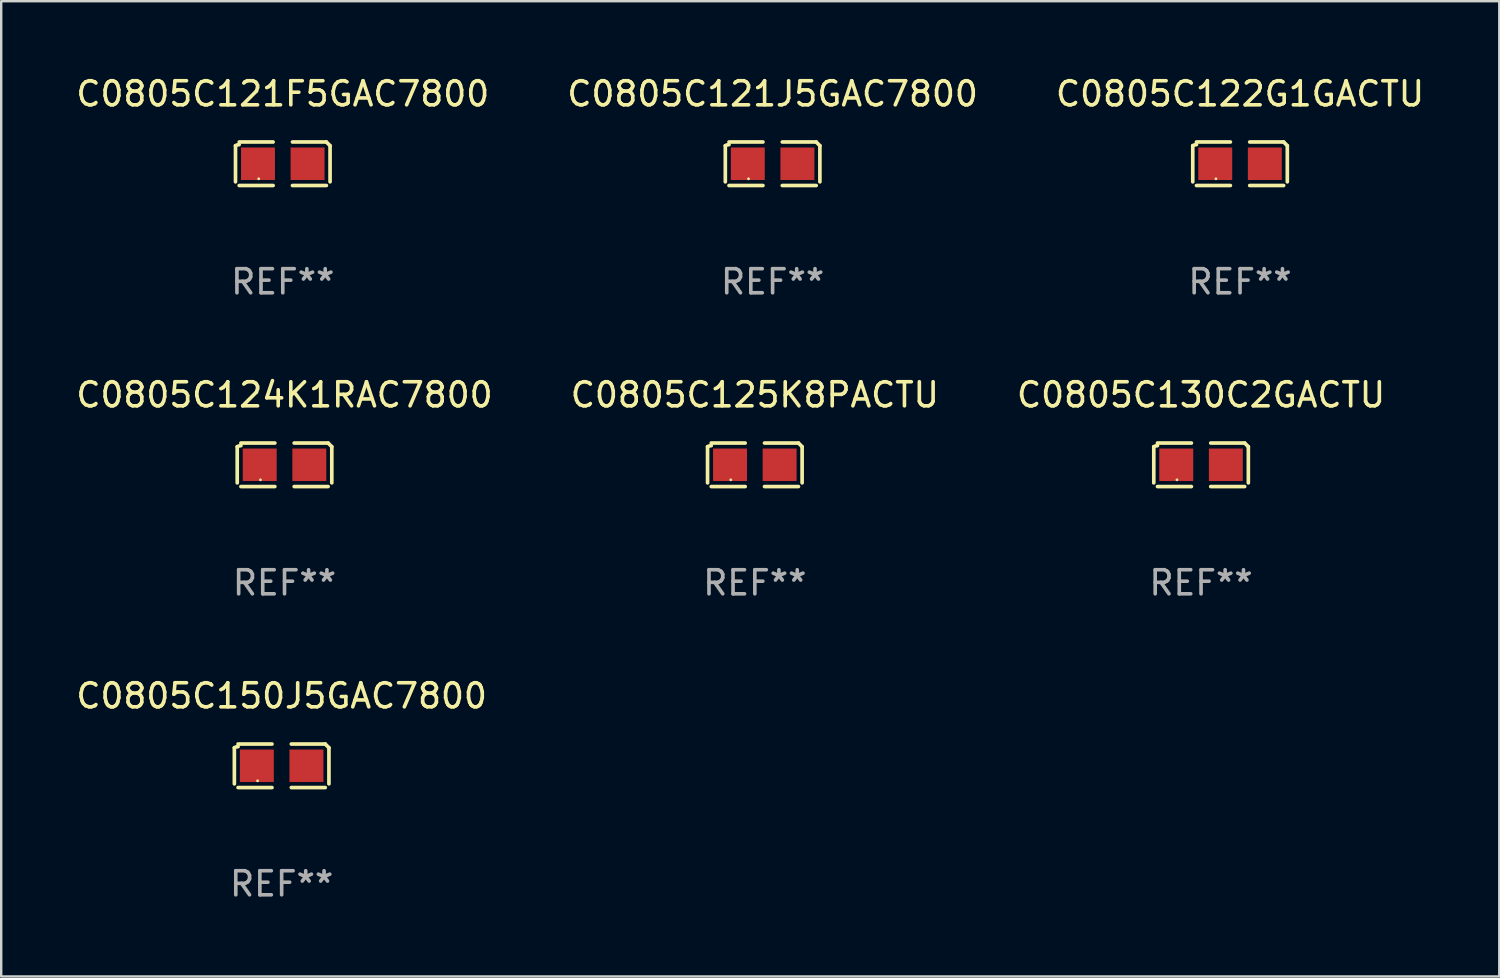
<source format=kicad_pcb>
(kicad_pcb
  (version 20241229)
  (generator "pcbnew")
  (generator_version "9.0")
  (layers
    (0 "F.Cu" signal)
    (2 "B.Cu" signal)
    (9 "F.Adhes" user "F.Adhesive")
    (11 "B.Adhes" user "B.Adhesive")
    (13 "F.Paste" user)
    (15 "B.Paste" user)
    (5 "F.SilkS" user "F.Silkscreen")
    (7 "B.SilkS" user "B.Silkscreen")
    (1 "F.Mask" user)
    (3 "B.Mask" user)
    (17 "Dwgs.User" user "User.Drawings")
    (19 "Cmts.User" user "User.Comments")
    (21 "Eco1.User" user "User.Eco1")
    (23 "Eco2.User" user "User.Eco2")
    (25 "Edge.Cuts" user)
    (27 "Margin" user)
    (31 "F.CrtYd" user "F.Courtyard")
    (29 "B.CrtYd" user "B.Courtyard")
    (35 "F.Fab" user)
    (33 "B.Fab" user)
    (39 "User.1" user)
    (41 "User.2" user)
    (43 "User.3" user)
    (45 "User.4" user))
  (footprint "C0805C122G1GACTU"
    (layer "F.Cu")
    (at 48.458 3.752)
    (property "Reference" "C0805C122G1GACTU" (at 0 -2.904 0) (layer "F.SilkS") (effects (font (size 1 1) (thickness 0.15))))
    (attr through_hole)
    (fp_line (start -1.964 0.751) (end -1.964 -0.751) (stroke (width 0.152) (type solid)) (layer "F.SilkS"))
    (fp_line (start -1.811 -0.904) (end -0.401 -0.904) (stroke (width 0.152) (type solid)) (layer "F.SilkS"))
    (fp_line (start -0.401 0.904) (end -1.811 0.904) (stroke (width 0.152) (type solid)) (layer "F.SilkS"))
    (fp_line (start 0.401 0.904) (end 1.811 0.904) (stroke (width 0.152) (type solid)) (layer "F.SilkS"))
    (fp_line (start 1.811 -0.904) (end 0.401 -0.904) (stroke (width 0.152) (type solid)) (layer "F.SilkS"))
    (fp_line (start 1.964 0.751) (end 1.964 -0.751) (stroke (width 0.152) (type solid)) (layer "F.SilkS"))
    (fp_arc (start -1.963602 -0.751207) (mid -1.890354 -0.783131) (end -1.811201 -0.794044) (stroke (width 0.1524) (type solid)) (layer "F.SilkS"))
    (fp_arc (start 1.811202 -0.903607) (mid 1.887413 -0.827418) (end 1.963602 -0.751207) (stroke (width 0.1524) (type solid)) (layer "F.SilkS"))
    (fp_circle (center -1 0.625) (end -0.97 0.625) (stroke (width 0.06) (type solid)) (fill no) (layer "F.SilkS"))
    (fp_text user "REF**" (at 0 4.904 0) (layer "F.Fab") (effects (font (size 1 1) (thickness 0.15))))
    (pad "1" smd rect (at -1.03 0) (size 1.41 1.35) (layers "F.Cu" "F.Mask" "F.Paste"))
    (pad "2" smd rect (at 1.03 0) (size 1.41 1.35) (layers "F.Cu" "F.Mask" "F.Paste")))
  (footprint "C0805C121J5GAC7800"
    (layer "F.Cu")
    (at 29.042 3.752)
    (property "Reference" "C0805C121J5GAC7800" (at 0 -2.904 0) (layer "F.SilkS") (effects (font (size 1 1) (thickness 0.15))))
    (attr through_hole)
    (fp_line (start -1.964 0.751) (end -1.964 -0.751) (stroke (width 0.152) (type solid)) (layer "F.SilkS"))
    (fp_line (start -1.811 -0.904) (end -0.401 -0.904) (stroke (width 0.152) (type solid)) (layer "F.SilkS"))
    (fp_line (start -0.401 0.904) (end -1.811 0.904) (stroke (width 0.152) (type solid)) (layer "F.SilkS"))
    (fp_line (start 0.401 0.904) (end 1.811 0.904) (stroke (width 0.152) (type solid)) (layer "F.SilkS"))
    (fp_line (start 1.811 -0.904) (end 0.401 -0.904) (stroke (width 0.152) (type solid)) (layer "F.SilkS"))
    (fp_line (start 1.964 0.751) (end 1.964 -0.751) (stroke (width 0.152) (type solid)) (layer "F.SilkS"))
    (fp_arc (start -1.963602 -0.751207) (mid -1.890354 -0.783131) (end -1.811201 -0.794044) (stroke (width 0.1524) (type solid)) (layer "F.SilkS"))
    (fp_arc (start 1.811202 -0.903607) (mid 1.887413 -0.827418) (end 1.963602 -0.751207) (stroke (width 0.1524) (type solid)) (layer "F.SilkS"))
    (fp_circle (center -1 0.625) (end -0.97 0.625) (stroke (width 0.06) (type solid)) (fill no) (layer "F.SilkS"))
    (fp_text user "REF**" (at 0 4.904 0) (layer "F.Fab") (effects (font (size 1 1) (thickness 0.15))))
    (pad "1" smd rect (at -1.03 0) (size 1.41 1.35) (layers "F.Cu" "F.Mask" "F.Paste"))
    (pad "2" smd rect (at 1.03 0) (size 1.41 1.35) (layers "F.Cu" "F.Mask" "F.Paste")))
  (footprint "C0805C121F5GAC7800"
    (layer "F.Cu")
    (at 8.696 3.752)
    (property "Reference" "C0805C121F5GAC7800" (at 0 -2.904 0) (layer "F.SilkS") (effects (font (size 1 1) (thickness 0.15))))
    (attr through_hole)
    (fp_line (start -1.964 0.751) (end -1.964 -0.751) (stroke (width 0.152) (type solid)) (layer "F.SilkS"))
    (fp_line (start -1.811 -0.904) (end -0.401 -0.904) (stroke (width 0.152) (type solid)) (layer "F.SilkS"))
    (fp_line (start -0.401 0.904) (end -1.811 0.904) (stroke (width 0.152) (type solid)) (layer "F.SilkS"))
    (fp_line (start 0.401 0.904) (end 1.811 0.904) (stroke (width 0.152) (type solid)) (layer "F.SilkS"))
    (fp_line (start 1.811 -0.904) (end 0.401 -0.904) (stroke (width 0.152) (type solid)) (layer "F.SilkS"))
    (fp_line (start 1.964 0.751) (end 1.964 -0.751) (stroke (width 0.152) (type solid)) (layer "F.SilkS"))
    (fp_arc (start -1.963602 -0.751207) (mid -1.890354 -0.783131) (end -1.811201 -0.794044) (stroke (width 0.1524) (type solid)) (layer "F.SilkS"))
    (fp_arc (start 1.811202 -0.903607) (mid 1.887413 -0.827418) (end 1.963602 -0.751207) (stroke (width 0.1524) (type solid)) (layer "F.SilkS"))
    (fp_circle (center -1 0.625) (end -0.97 0.625) (stroke (width 0.06) (type solid)) (fill no) (layer "F.SilkS"))
    (fp_text user "REF**" (at 0 4.904 0) (layer "F.Fab") (effects (font (size 1 1) (thickness 0.15))))
    (pad "1" smd rect (at -1.03 0) (size 1.41 1.35) (layers "F.Cu" "F.Mask" "F.Paste"))
    (pad "2" smd rect (at 1.03 0) (size 1.41 1.35) (layers "F.Cu" "F.Mask" "F.Paste")))
  (footprint "C0805C130C2GACTU"
    (layer "F.Cu")
    (at 46.839 16.256)
    (property "Reference" "C0805C130C2GACTU" (at 0 -2.904 0) (layer "F.SilkS") (effects (font (size 1 1) (thickness 0.15))))
    (attr through_hole)
    (fp_line (start -1.964 0.751) (end -1.964 -0.751) (stroke (width 0.152) (type solid)) (layer "F.SilkS"))
    (fp_line (start -1.811 -0.904) (end -0.401 -0.904) (stroke (width 0.152) (type solid)) (layer "F.SilkS"))
    (fp_line (start -0.401 0.904) (end -1.811 0.904) (stroke (width 0.152) (type solid)) (layer "F.SilkS"))
    (fp_line (start 0.401 0.904) (end 1.811 0.904) (stroke (width 0.152) (type solid)) (layer "F.SilkS"))
    (fp_line (start 1.811 -0.904) (end 0.401 -0.904) (stroke (width 0.152) (type solid)) (layer "F.SilkS"))
    (fp_line (start 1.964 0.751) (end 1.964 -0.751) (stroke (width 0.152) (type solid)) (layer "F.SilkS"))
    (fp_arc (start -1.963602 -0.751207) (mid -1.890354 -0.783131) (end -1.811201 -0.794044) (stroke (width 0.1524) (type solid)) (layer "F.SilkS"))
    (fp_arc (start 1.811202 -0.903607) (mid 1.887413 -0.827418) (end 1.963602 -0.751207) (stroke (width 0.1524) (type solid)) (layer "F.SilkS"))
    (fp_circle (center -1 0.625) (end -0.97 0.625) (stroke (width 0.06) (type solid)) (fill no) (layer "F.SilkS"))
    (fp_text user "REF**" (at 0 4.904 0) (layer "F.Fab") (effects (font (size 1 1) (thickness 0.15))))
    (pad "1" smd rect (at -1.03 0) (size 1.41 1.35) (layers "F.Cu" "F.Mask" "F.Paste"))
    (pad "2" smd rect (at 1.03 0) (size 1.41 1.35) (layers "F.Cu" "F.Mask" "F.Paste")))
  (footprint "C0805C125K8PACTU"
    (layer "F.Cu")
    (at 28.304 16.256)
    (property "Reference" "C0805C125K8PACTU" (at 0 -2.904 0) (layer "F.SilkS") (effects (font (size 1 1) (thickness 0.15))))
    (attr through_hole)
    (fp_line (start -1.964 0.751) (end -1.964 -0.751) (stroke (width 0.152) (type solid)) (layer "F.SilkS"))
    (fp_line (start -1.811 -0.904) (end -0.401 -0.904) (stroke (width 0.152) (type solid)) (layer "F.SilkS"))
    (fp_line (start -0.401 0.904) (end -1.811 0.904) (stroke (width 0.152) (type solid)) (layer "F.SilkS"))
    (fp_line (start 0.401 0.904) (end 1.811 0.904) (stroke (width 0.152) (type solid)) (layer "F.SilkS"))
    (fp_line (start 1.811 -0.904) (end 0.401 -0.904) (stroke (width 0.152) (type solid)) (layer "F.SilkS"))
    (fp_line (start 1.964 0.751) (end 1.964 -0.751) (stroke (width 0.152) (type solid)) (layer "F.SilkS"))
    (fp_arc (start -1.963602 -0.751207) (mid -1.890354 -0.783131) (end -1.811201 -0.794044) (stroke (width 0.1524) (type solid)) (layer "F.SilkS"))
    (fp_arc (start 1.811202 -0.903607) (mid 1.887413 -0.827418) (end 1.963602 -0.751207) (stroke (width 0.1524) (type solid)) (layer "F.SilkS"))
    (fp_circle (center -1 0.625) (end -0.97 0.625) (stroke (width 0.06) (type solid)) (fill no) (layer "F.SilkS"))
    (fp_text user "REF**" (at 0 4.904 0) (layer "F.Fab") (effects (font (size 1 1) (thickness 0.15))))
    (pad "1" smd rect (at -1.03 0) (size 1.41 1.35) (layers "F.Cu" "F.Mask" "F.Paste"))
    (pad "2" smd rect (at 1.03 0) (size 1.41 1.35) (layers "F.Cu" "F.Mask" "F.Paste")))
  (footprint "C0805C150J5GAC7800"
    (layer "F.Cu")
    (at 8.649 28.759)
    (property "Reference" "C0805C150J5GAC7800" (at 0 -2.904 0) (layer "F.SilkS") (effects (font (size 1 1) (thickness 0.15))))
    (attr through_hole)
    (fp_line (start -1.964 0.751) (end -1.964 -0.751) (stroke (width 0.152) (type solid)) (layer "F.SilkS"))
    (fp_line (start -1.811 -0.904) (end -0.401 -0.904) (stroke (width 0.152) (type solid)) (layer "F.SilkS"))
    (fp_line (start -0.401 0.904) (end -1.811 0.904) (stroke (width 0.152) (type solid)) (layer "F.SilkS"))
    (fp_line (start 0.401 0.904) (end 1.811 0.904) (stroke (width 0.152) (type solid)) (layer "F.SilkS"))
    (fp_line (start 1.811 -0.904) (end 0.401 -0.904) (stroke (width 0.152) (type solid)) (layer "F.SilkS"))
    (fp_line (start 1.964 0.751) (end 1.964 -0.751) (stroke (width 0.152) (type solid)) (layer "F.SilkS"))
    (fp_arc (start -1.963602 -0.751207) (mid -1.890354 -0.783131) (end -1.811201 -0.794044) (stroke (width 0.1524) (type solid)) (layer "F.SilkS"))
    (fp_arc (start 1.811202 -0.903607) (mid 1.887413 -0.827418) (end 1.963602 -0.751207) (stroke (width 0.1524) (type solid)) (layer "F.SilkS"))
    (fp_circle (center -1 0.625) (end -0.97 0.625) (stroke (width 0.06) (type solid)) (fill no) (layer "F.SilkS"))
    (fp_text user "REF**" (at 0 4.904 0) (layer "F.Fab") (effects (font (size 1 1) (thickness 0.15))))
    (pad "1" smd rect (at -1.03 0) (size 1.41 1.35) (layers "F.Cu" "F.Mask" "F.Paste"))
    (pad "2" smd rect (at 1.03 0) (size 1.41 1.35) (layers "F.Cu" "F.Mask" "F.Paste")))
  (footprint "C0805C124K1RAC7800"
    (layer "F.Cu")
    (at 8.768 16.256)
    (property "Reference" "C0805C124K1RAC7800" (at 0 -2.904 0) (layer "F.SilkS") (effects (font (size 1 1) (thickness 0.15))))
    (attr through_hole)
    (fp_line (start -1.964 0.751) (end -1.964 -0.751) (stroke (width 0.152) (type solid)) (layer "F.SilkS"))
    (fp_line (start -1.811 -0.904) (end -0.401 -0.904) (stroke (width 0.152) (type solid)) (layer "F.SilkS"))
    (fp_line (start -0.401 0.904) (end -1.811 0.904) (stroke (width 0.152) (type solid)) (layer "F.SilkS"))
    (fp_line (start 0.401 0.904) (end 1.811 0.904) (stroke (width 0.152) (type solid)) (layer "F.SilkS"))
    (fp_line (start 1.811 -0.904) (end 0.401 -0.904) (stroke (width 0.152) (type solid)) (layer "F.SilkS"))
    (fp_line (start 1.964 0.751) (end 1.964 -0.751) (stroke (width 0.152) (type solid)) (layer "F.SilkS"))
    (fp_arc (start -1.963602 -0.751207) (mid -1.890354 -0.783131) (end -1.811201 -0.794044) (stroke (width 0.1524) (type solid)) (layer "F.SilkS"))
    (fp_arc (start 1.811202 -0.903607) (mid 1.887413 -0.827418) (end 1.963602 -0.751207) (stroke (width 0.1524) (type solid)) (layer "F.SilkS"))
    (fp_circle (center -1 0.625) (end -0.97 0.625) (stroke (width 0.06) (type solid)) (fill no) (layer "F.SilkS"))
    (fp_text user "REF**" (at 0 4.904 0) (layer "F.Fab") (effects (font (size 1 1) (thickness 0.15))))
    (pad "1" smd rect (at -1.03 0) (size 1.41 1.35) (layers "F.Cu" "F.Mask" "F.Paste"))
    (pad "2" smd rect (at 1.03 0) (size 1.41 1.35) (layers "F.Cu" "F.Mask" "F.Paste")))
  (gr_rect
    (start -3 -3)
    (end 59.226 37.511)
    (stroke (width 0.1) (type default))
    (fill no)
    (layer "Edge.Cuts")))
</source>
